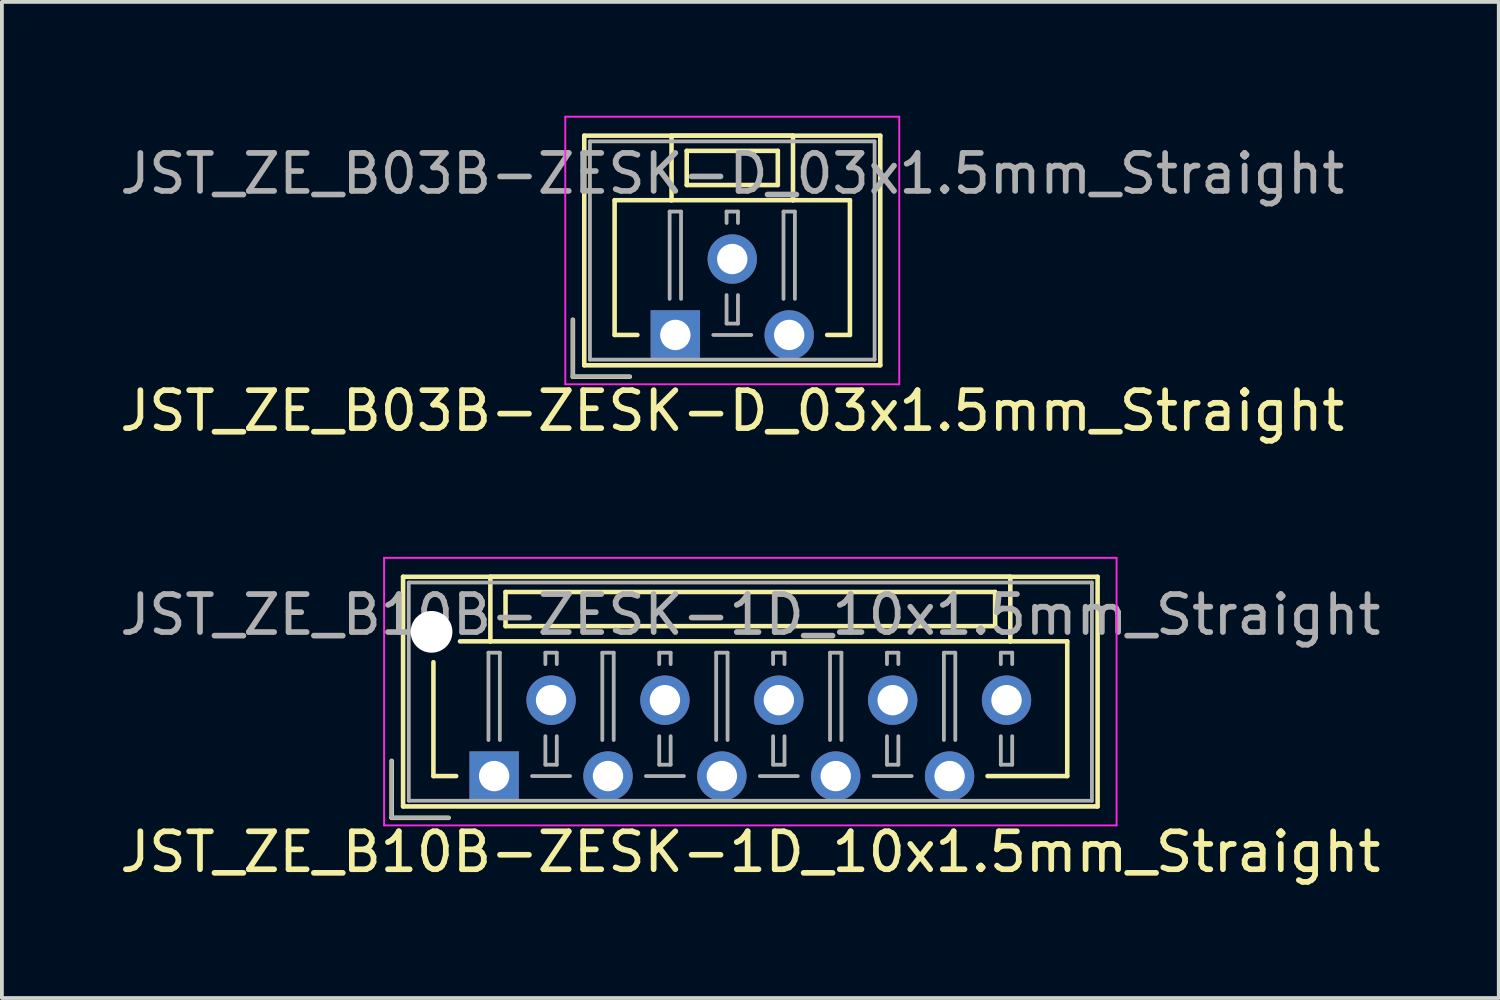
<source format=kicad_pcb>
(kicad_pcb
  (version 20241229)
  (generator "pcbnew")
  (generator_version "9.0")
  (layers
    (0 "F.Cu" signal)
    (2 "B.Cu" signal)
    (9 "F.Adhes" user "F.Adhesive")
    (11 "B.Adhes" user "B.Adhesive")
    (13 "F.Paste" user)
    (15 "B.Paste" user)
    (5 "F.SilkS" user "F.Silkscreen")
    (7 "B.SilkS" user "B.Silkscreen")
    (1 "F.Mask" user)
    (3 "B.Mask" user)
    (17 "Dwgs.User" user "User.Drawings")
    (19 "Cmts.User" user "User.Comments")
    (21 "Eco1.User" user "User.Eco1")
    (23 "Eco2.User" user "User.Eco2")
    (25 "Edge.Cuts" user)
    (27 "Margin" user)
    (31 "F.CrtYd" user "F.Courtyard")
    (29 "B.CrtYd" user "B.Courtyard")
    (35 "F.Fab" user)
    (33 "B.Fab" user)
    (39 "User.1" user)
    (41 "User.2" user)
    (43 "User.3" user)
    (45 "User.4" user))
  (footprint "JST_ZE_B10B-ZESK-1D_10x1.5mm_Straight"
    (layer "F.Cu")
    (at 9.97 17.398)
    (property "Reference" "JST_ZE_B10B-ZESK-1D_10x1.5mm_Straight" (at 6.75 2 0) (layer "F.SilkS") (effects (font (size 1 1) (thickness 0.15))))
    (attr through_hole)
    (fp_line (start -2.7 -0.4) (end -2.7 1.1) (stroke (width 0.12) (type solid)) (layer "F.SilkS"))
    (fp_line (start -2.7 1.1) (end -1.2 1.1) (stroke (width 0.12) (type solid)) (layer "F.SilkS"))
    (fp_line (start -2.4 -5.25) (end -2.4 0.8) (stroke (width 0.12) (type solid)) (layer "F.SilkS"))
    (fp_line (start -2.4 0.8) (end 15.9 0.8) (stroke (width 0.12) (type solid)) (layer "F.SilkS"))
    (fp_line (start -1.6 -3) (end -1.6 0) (stroke (width 0.12) (type solid)) (layer "F.SilkS"))
    (fp_line (start -1.6 0) (end -1 0) (stroke (width 0.12) (type solid)) (layer "F.SilkS"))
    (fp_line (start -0.1 -5.25) (end -0.1 -3.55) (stroke (width 0.12) (type solid)) (layer "F.SilkS"))
    (fp_line (start -0.1 -3.55) (end -0.9 -3.55) (stroke (width 0.12) (type solid)) (layer "F.SilkS"))
    (fp_line (start -0.1 -3.55) (end 13.6 -3.55) (stroke (width 0.12) (type solid)) (layer "F.SilkS"))
    (fp_line (start 0.3 -4.85) (end 0.3 -3.95) (stroke (width 0.12) (type solid)) (layer "F.SilkS"))
    (fp_line (start 0.3 -3.95) (end 13.2 -3.95) (stroke (width 0.12) (type solid)) (layer "F.SilkS"))
    (fp_line (start 13.2 -4.85) (end 0.3 -4.85) (stroke (width 0.12) (type solid)) (layer "F.SilkS"))
    (fp_line (start 13.2 -3.95) (end 13.2 -4.85) (stroke (width 0.12) (type solid)) (layer "F.SilkS"))
    (fp_line (start 13.6 -5.25) (end -0.1 -5.25) (stroke (width 0.12) (type solid)) (layer "F.SilkS"))
    (fp_line (start 13.6 -3.55) (end 13.6 -5.25) (stroke (width 0.12) (type solid)) (layer "F.SilkS"))
    (fp_line (start 13.6 -3.55) (end 15.1 -3.55) (stroke (width 0.12) (type solid)) (layer "F.SilkS"))
    (fp_line (start 15.1 -3.55) (end 15.1 0) (stroke (width 0.12) (type solid)) (layer "F.SilkS"))
    (fp_line (start 15.1 0) (end 13 0) (stroke (width 0.12) (type solid)) (layer "F.SilkS"))
    (fp_line (start 15.9 -5.25) (end -2.4 -5.25) (stroke (width 0.12) (type solid)) (layer "F.SilkS"))
    (fp_line (start 15.9 0.8) (end 15.9 -5.25) (stroke (width 0.12) (type solid)) (layer "F.SilkS"))
    (fp_line (start -2.9 -5.75) (end -2.9 1.3) (stroke (width 0.05) (type solid)) (layer "F.CrtYd"))
    (fp_line (start -2.9 1.3) (end 16.4 1.3) (stroke (width 0.05) (type solid)) (layer "F.CrtYd"))
    (fp_line (start 16.4 -5.75) (end -2.9 -5.75) (stroke (width 0.05) (type solid)) (layer "F.CrtYd"))
    (fp_line (start 16.4 1.3) (end 16.4 -5.75) (stroke (width 0.05) (type solid)) (layer "F.CrtYd"))
    (fp_line (start -2.7 -0.4) (end -2.7 1.1) (stroke (width 0.1) (type solid)) (layer "F.Fab"))
    (fp_line (start -2.7 1.1) (end -1.2 1.1) (stroke (width 0.1) (type solid)) (layer "F.Fab"))
    (fp_line (start -2.25 -5.1) (end -2.25 0.65) (stroke (width 0.1) (type solid)) (layer "F.Fab"))
    (fp_line (start -2.25 0.65) (end 15.75 0.65) (stroke (width 0.1) (type solid)) (layer "F.Fab"))
    (fp_line (start -0.15 -3.25) (end 0.15 -3.25) (stroke (width 0.1) (type solid)) (layer "F.Fab"))
    (fp_line (start -0.15 -0.95) (end -0.15 -3.25) (stroke (width 0.1) (type solid)) (layer "F.Fab"))
    (fp_line (start 0.15 -3.25) (end 0.15 -0.95) (stroke (width 0.1) (type solid)) (layer "F.Fab"))
    (fp_line (start 1 0) (end 2 0) (stroke (width 0.1) (type solid)) (layer "F.Fab"))
    (fp_line (start 1.35 -3.25) (end 1.65 -3.25) (stroke (width 0.1) (type solid)) (layer "F.Fab"))
    (fp_line (start 1.35 -2.95) (end 1.35 -3.25) (stroke (width 0.1) (type solid)) (layer "F.Fab"))
    (fp_line (start 1.35 -1.05) (end 1.35 -0.3) (stroke (width 0.1) (type solid)) (layer "F.Fab"))
    (fp_line (start 1.35 -0.3) (end 1.65 -0.3) (stroke (width 0.1) (type solid)) (layer "F.Fab"))
    (fp_line (start 1.65 -3.25) (end 1.65 -2.95) (stroke (width 0.1) (type solid)) (layer "F.Fab"))
    (fp_line (start 1.65 -0.3) (end 1.65 -1.05) (stroke (width 0.1) (type solid)) (layer "F.Fab"))
    (fp_line (start 2.85 -3.25) (end 3.15 -3.25) (stroke (width 0.1) (type solid)) (layer "F.Fab"))
    (fp_line (start 2.85 -0.95) (end 2.85 -3.25) (stroke (width 0.1) (type solid)) (layer "F.Fab"))
    (fp_line (start 3.15 -3.25) (end 3.15 -0.95) (stroke (width 0.1) (type solid)) (layer "F.Fab"))
    (fp_line (start 4 0) (end 5 0) (stroke (width 0.1) (type solid)) (layer "F.Fab"))
    (fp_line (start 4.35 -3.25) (end 4.65 -3.25) (stroke (width 0.1) (type solid)) (layer "F.Fab"))
    (fp_line (start 4.35 -2.95) (end 4.35 -3.25) (stroke (width 0.1) (type solid)) (layer "F.Fab"))
    (fp_line (start 4.35 -1.05) (end 4.35 -0.3) (stroke (width 0.1) (type solid)) (layer "F.Fab"))
    (fp_line (start 4.35 -0.3) (end 4.65 -0.3) (stroke (width 0.1) (type solid)) (layer "F.Fab"))
    (fp_line (start 4.65 -3.25) (end 4.65 -2.95) (stroke (width 0.1) (type solid)) (layer "F.Fab"))
    (fp_line (start 4.65 -0.3) (end 4.65 -1.05) (stroke (width 0.1) (type solid)) (layer "F.Fab"))
    (fp_line (start 5.85 -3.25) (end 6.15 -3.25) (stroke (width 0.1) (type solid)) (layer "F.Fab"))
    (fp_line (start 5.85 -0.95) (end 5.85 -3.25) (stroke (width 0.1) (type solid)) (layer "F.Fab"))
    (fp_line (start 6.15 -3.25) (end 6.15 -0.95) (stroke (width 0.1) (type solid)) (layer "F.Fab"))
    (fp_line (start 7 0) (end 8 0) (stroke (width 0.1) (type solid)) (layer "F.Fab"))
    (fp_line (start 7.35 -3.25) (end 7.65 -3.25) (stroke (width 0.1) (type solid)) (layer "F.Fab"))
    (fp_line (start 7.35 -2.95) (end 7.35 -3.25) (stroke (width 0.1) (type solid)) (layer "F.Fab"))
    (fp_line (start 7.35 -1.05) (end 7.35 -0.3) (stroke (width 0.1) (type solid)) (layer "F.Fab"))
    (fp_line (start 7.35 -0.3) (end 7.65 -0.3) (stroke (width 0.1) (type solid)) (layer "F.Fab"))
    (fp_line (start 7.65 -3.25) (end 7.65 -2.95) (stroke (width 0.1) (type solid)) (layer "F.Fab"))
    (fp_line (start 7.65 -0.3) (end 7.65 -1.05) (stroke (width 0.1) (type solid)) (layer "F.Fab"))
    (fp_line (start 8.85 -3.25) (end 9.15 -3.25) (stroke (width 0.1) (type solid)) (layer "F.Fab"))
    (fp_line (start 8.85 -0.95) (end 8.85 -3.25) (stroke (width 0.1) (type solid)) (layer "F.Fab"))
    (fp_line (start 9.15 -3.25) (end 9.15 -0.95) (stroke (width 0.1) (type solid)) (layer "F.Fab"))
    (fp_line (start 10 0) (end 11 0) (stroke (width 0.1) (type solid)) (layer "F.Fab"))
    (fp_line (start 10.35 -3.25) (end 10.65 -3.25) (stroke (width 0.1) (type solid)) (layer "F.Fab"))
    (fp_line (start 10.35 -2.95) (end 10.35 -3.25) (stroke (width 0.1) (type solid)) (layer "F.Fab"))
    (fp_line (start 10.35 -1.05) (end 10.35 -0.3) (stroke (width 0.1) (type solid)) (layer "F.Fab"))
    (fp_line (start 10.35 -0.3) (end 10.65 -0.3) (stroke (width 0.1) (type solid)) (layer "F.Fab"))
    (fp_line (start 10.65 -3.25) (end 10.65 -2.95) (stroke (width 0.1) (type solid)) (layer "F.Fab"))
    (fp_line (start 10.65 -0.3) (end 10.65 -1.05) (stroke (width 0.1) (type solid)) (layer "F.Fab"))
    (fp_line (start 11.85 -3.25) (end 12.15 -3.25) (stroke (width 0.1) (type solid)) (layer "F.Fab"))
    (fp_line (start 11.85 -0.95) (end 11.85 -3.25) (stroke (width 0.1) (type solid)) (layer "F.Fab"))
    (fp_line (start 12.15 -3.25) (end 12.15 -0.95) (stroke (width 0.1) (type solid)) (layer "F.Fab"))
    (fp_line (start 13.35 -3.25) (end 13.65 -3.25) (stroke (width 0.1) (type solid)) (layer "F.Fab"))
    (fp_line (start 13.35 -2.95) (end 13.35 -3.25) (stroke (width 0.1) (type solid)) (layer "F.Fab"))
    (fp_line (start 13.35 -1.05) (end 13.35 -0.3) (stroke (width 0.1) (type solid)) (layer "F.Fab"))
    (fp_line (start 13.35 -0.3) (end 13.65 -0.3) (stroke (width 0.1) (type solid)) (layer "F.Fab"))
    (fp_line (start 13.65 -3.25) (end 13.65 -2.95) (stroke (width 0.1) (type solid)) (layer "F.Fab"))
    (fp_line (start 13.65 -0.3) (end 13.65 -1.05) (stroke (width 0.1) (type solid)) (layer "F.Fab"))
    (fp_line (start 15.75 -5.1) (end -2.25 -5.1) (stroke (width 0.1) (type solid)) (layer "F.Fab"))
    (fp_line (start 15.75 0.65) (end 15.75 -5.1) (stroke (width 0.1) (type solid)) (layer "F.Fab"))
    (fp_text user "${REFERENCE}" (at 6.75 -4.25 0) (layer "F.Fab") (effects (font (size 1 1) (thickness 0.15))))
    (pad "" np_thru_hole circle (at -1.65 -3.8) (size 1.1 1.1) (drill 1.1) (layers "*.Cu"))
    (pad "1" thru_hole rect (at 0 0) (size 1.3 1.3) (drill 0.8) (layers "*.Cu" "*.Mask"))
    (pad "2" thru_hole circle (at 1.5 -2) (size 1.3 1.3) (drill 0.8) (layers "*.Cu" "*.Mask"))
    (pad "3" thru_hole circle (at 3 0) (size 1.3 1.3) (drill 0.8) (layers "*.Cu" "*.Mask"))
    (pad "4" thru_hole circle (at 4.5 -2) (size 1.3 1.3) (drill 0.8) (layers "*.Cu" "*.Mask"))
    (pad "5" thru_hole circle (at 6 0) (size 1.3 1.3) (drill 0.8) (layers "*.Cu" "*.Mask"))
    (pad "6" thru_hole circle (at 7.5 -2) (size 1.3 1.3) (drill 0.8) (layers "*.Cu" "*.Mask"))
    (pad "7" thru_hole circle (at 9 0) (size 1.3 1.3) (drill 0.8) (layers "*.Cu" "*.Mask"))
    (pad "8" thru_hole circle (at 10.5 -2) (size 1.3 1.3) (drill 0.8) (layers "*.Cu" "*.Mask"))
    (pad "9" thru_hole circle (at 12 0) (size 1.3 1.3) (drill 0.8) (layers "*.Cu" "*.Mask"))
    (pad "10" thru_hole circle (at 13.5 -2) (size 1.3 1.3) (drill 0.8) (layers "*.Cu" "*.Mask")))
  (footprint "JST_ZE_B03B-ZESK-D_03x1.5mm_Straight"
    (layer "F.Cu")
    (at 14.744 5.775)
    (property "Reference" "JST_ZE_B03B-ZESK-D_03x1.5mm_Straight" (at 1.5 2 0) (layer "F.SilkS") (effects (font (size 1 1) (thickness 0.15))))
    (attr through_hole)
    (fp_line (start -2.7 -0.4) (end -2.7 1.1) (stroke (width 0.12) (type solid)) (layer "F.SilkS"))
    (fp_line (start -2.7 1.1) (end -1.2 1.1) (stroke (width 0.12) (type solid)) (layer "F.SilkS"))
    (fp_line (start -2.4 -5.25) (end -2.4 0.8) (stroke (width 0.12) (type solid)) (layer "F.SilkS"))
    (fp_line (start -2.4 0.8) (end 5.4 0.8) (stroke (width 0.12) (type solid)) (layer "F.SilkS"))
    (fp_line (start -1.6 -3.55) (end -1.6 0) (stroke (width 0.12) (type solid)) (layer "F.SilkS"))
    (fp_line (start -1.6 0) (end -1 0) (stroke (width 0.12) (type solid)) (layer "F.SilkS"))
    (fp_line (start -0.1 -5.25) (end -0.1 -3.55) (stroke (width 0.12) (type solid)) (layer "F.SilkS"))
    (fp_line (start -0.1 -3.55) (end -1.6 -3.55) (stroke (width 0.12) (type solid)) (layer "F.SilkS"))
    (fp_line (start -0.1 -3.55) (end 3.1 -3.55) (stroke (width 0.12) (type solid)) (layer "F.SilkS"))
    (fp_line (start 0.3 -4.85) (end 0.3 -3.95) (stroke (width 0.12) (type solid)) (layer "F.SilkS"))
    (fp_line (start 0.3 -3.95) (end 2.7 -3.95) (stroke (width 0.12) (type solid)) (layer "F.SilkS"))
    (fp_line (start 2.7 -4.85) (end 0.3 -4.85) (stroke (width 0.12) (type solid)) (layer "F.SilkS"))
    (fp_line (start 2.7 -3.95) (end 2.7 -4.85) (stroke (width 0.12) (type solid)) (layer "F.SilkS"))
    (fp_line (start 3.1 -5.25) (end -0.1 -5.25) (stroke (width 0.12) (type solid)) (layer "F.SilkS"))
    (fp_line (start 3.1 -3.55) (end 3.1 -5.25) (stroke (width 0.12) (type solid)) (layer "F.SilkS"))
    (fp_line (start 3.1 -3.55) (end 4.6 -3.55) (stroke (width 0.12) (type solid)) (layer "F.SilkS"))
    (fp_line (start 4.6 -3.55) (end 4.6 0) (stroke (width 0.12) (type solid)) (layer "F.SilkS"))
    (fp_line (start 4.6 0) (end 4 0) (stroke (width 0.12) (type solid)) (layer "F.SilkS"))
    (fp_line (start 5.4 -5.25) (end -2.4 -5.25) (stroke (width 0.12) (type solid)) (layer "F.SilkS"))
    (fp_line (start 5.4 0.8) (end 5.4 -5.25) (stroke (width 0.12) (type solid)) (layer "F.SilkS"))
    (fp_line (start -2.9 -5.75) (end -2.9 1.3) (stroke (width 0.05) (type solid)) (layer "F.CrtYd"))
    (fp_line (start -2.9 1.3) (end 5.9 1.3) (stroke (width 0.05) (type solid)) (layer "F.CrtYd"))
    (fp_line (start 5.9 -5.75) (end -2.9 -5.75) (stroke (width 0.05) (type solid)) (layer "F.CrtYd"))
    (fp_line (start 5.9 1.3) (end 5.9 -5.75) (stroke (width 0.05) (type solid)) (layer "F.CrtYd"))
    (fp_line (start -2.7 -0.4) (end -2.7 1.1) (stroke (width 0.1) (type solid)) (layer "F.Fab"))
    (fp_line (start -2.7 1.1) (end -1.2 1.1) (stroke (width 0.1) (type solid)) (layer "F.Fab"))
    (fp_line (start -2.25 -5.1) (end -2.25 0.65) (stroke (width 0.1) (type solid)) (layer "F.Fab"))
    (fp_line (start -2.25 0.65) (end 5.25 0.65) (stroke (width 0.1) (type solid)) (layer "F.Fab"))
    (fp_line (start -0.15 -3.25) (end 0.15 -3.25) (stroke (width 0.1) (type solid)) (layer "F.Fab"))
    (fp_line (start -0.15 -0.95) (end -0.15 -3.25) (stroke (width 0.1) (type solid)) (layer "F.Fab"))
    (fp_line (start 0.15 -3.25) (end 0.15 -0.95) (stroke (width 0.1) (type solid)) (layer "F.Fab"))
    (fp_line (start 1 0) (end 2 0) (stroke (width 0.1) (type solid)) (layer "F.Fab"))
    (fp_line (start 1.35 -3.25) (end 1.65 -3.25) (stroke (width 0.1) (type solid)) (layer "F.Fab"))
    (fp_line (start 1.35 -2.95) (end 1.35 -3.25) (stroke (width 0.1) (type solid)) (layer "F.Fab"))
    (fp_line (start 1.35 -1.05) (end 1.35 -0.3) (stroke (width 0.1) (type solid)) (layer "F.Fab"))
    (fp_line (start 1.35 -0.3) (end 1.65 -0.3) (stroke (width 0.1) (type solid)) (layer "F.Fab"))
    (fp_line (start 1.65 -3.25) (end 1.65 -2.95) (stroke (width 0.1) (type solid)) (layer "F.Fab"))
    (fp_line (start 1.65 -0.3) (end 1.65 -1.05) (stroke (width 0.1) (type solid)) (layer "F.Fab"))
    (fp_line (start 2.85 -3.25) (end 3.15 -3.25) (stroke (width 0.1) (type solid)) (layer "F.Fab"))
    (fp_line (start 2.85 -0.95) (end 2.85 -3.25) (stroke (width 0.1) (type solid)) (layer "F.Fab"))
    (fp_line (start 3.15 -3.25) (end 3.15 -0.95) (stroke (width 0.1) (type solid)) (layer "F.Fab"))
    (fp_line (start 5.25 -5.1) (end -2.25 -5.1) (stroke (width 0.1) (type solid)) (layer "F.Fab"))
    (fp_line (start 5.25 0.65) (end 5.25 -5.1) (stroke (width 0.1) (type solid)) (layer "F.Fab"))
    (fp_text user "${REFERENCE}" (at 1.5 -4.25 0) (layer "F.Fab") (effects (font (size 1 1) (thickness 0.15))))
    (pad "1" thru_hole rect (at 0 0) (size 1.3 1.3) (drill 0.8) (layers "*.Cu" "*.Mask"))
    (pad "2" thru_hole circle (at 1.5 -2) (size 1.3 1.3) (drill 0.8) (layers "*.Cu" "*.Mask"))
    (pad "3" thru_hole circle (at 3 0) (size 1.3 1.3) (drill 0.8) (layers "*.Cu" "*.Mask")))
  (gr_rect
    (start -3 -3)
    (end 36.44 23.247)
    (stroke (width 0.1) (type default))
    (fill no)
    (layer "Edge.Cuts")))
</source>
